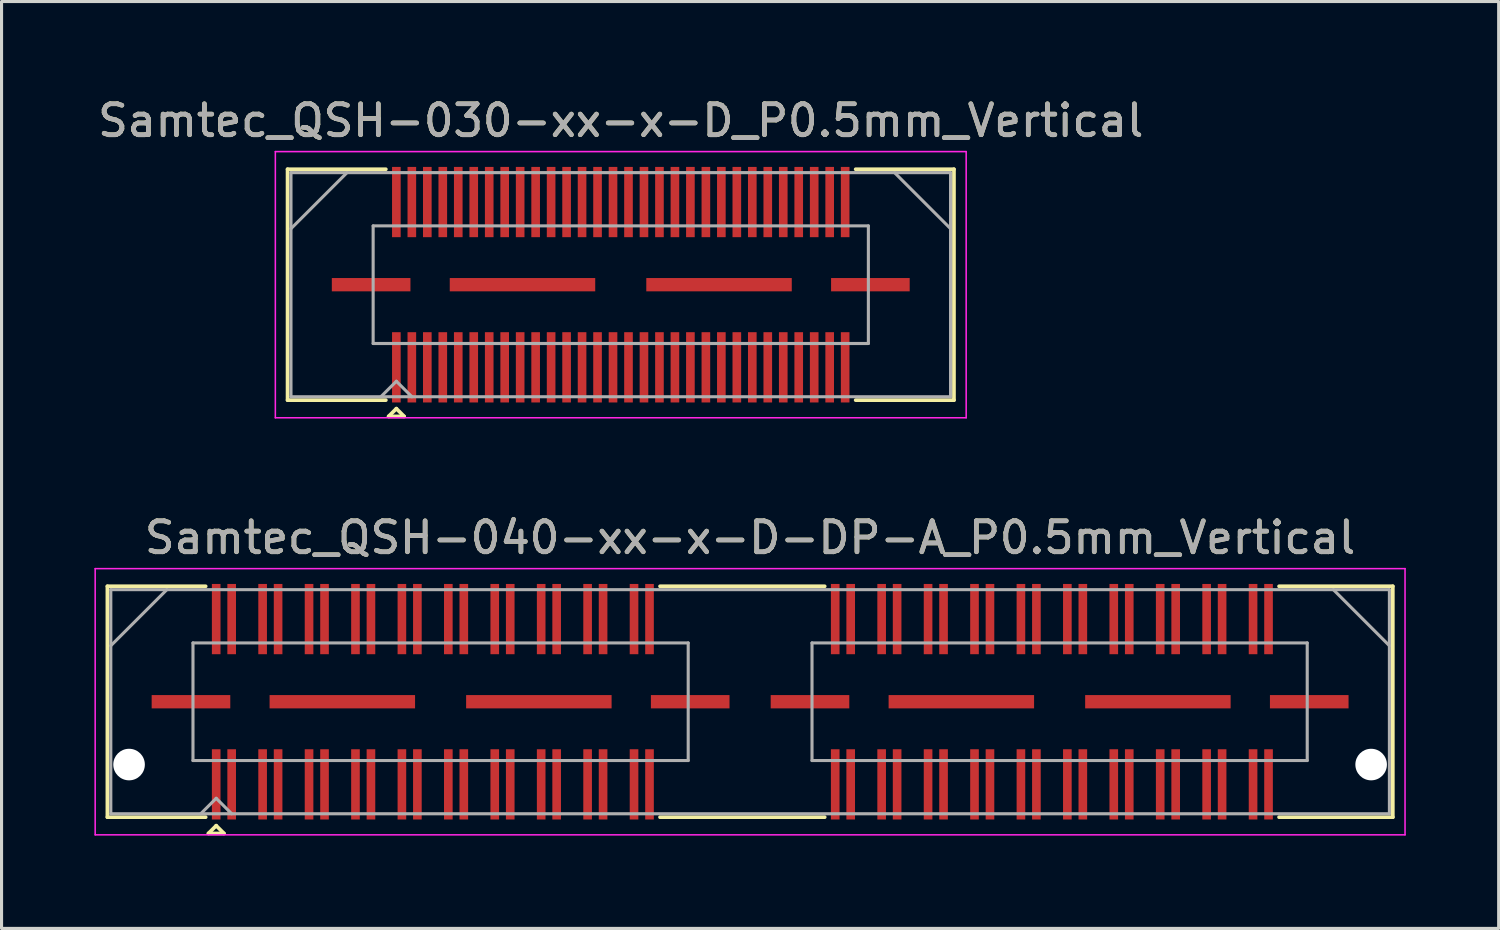
<source format=kicad_pcb>
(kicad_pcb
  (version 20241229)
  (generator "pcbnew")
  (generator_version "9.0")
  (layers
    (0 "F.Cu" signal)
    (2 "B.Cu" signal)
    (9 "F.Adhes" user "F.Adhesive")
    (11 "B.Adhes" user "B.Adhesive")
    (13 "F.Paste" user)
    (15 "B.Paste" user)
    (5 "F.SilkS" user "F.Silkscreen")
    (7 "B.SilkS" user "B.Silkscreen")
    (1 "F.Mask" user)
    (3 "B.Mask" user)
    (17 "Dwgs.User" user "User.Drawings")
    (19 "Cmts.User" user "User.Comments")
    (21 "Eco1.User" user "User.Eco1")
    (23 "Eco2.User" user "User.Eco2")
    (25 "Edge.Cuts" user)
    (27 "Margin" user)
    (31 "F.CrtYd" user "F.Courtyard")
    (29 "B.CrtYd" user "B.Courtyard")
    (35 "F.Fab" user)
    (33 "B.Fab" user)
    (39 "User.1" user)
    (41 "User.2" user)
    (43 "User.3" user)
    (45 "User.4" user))
  (footprint "Samtec_QSH-030-xx-x-D_P0.5mm_Vertical"
    (layer "F.Cu")
    (at 17.006 6.148)
    (property "Reference" "Samtec_QSH-030-xx-x-D_P0.5mm_Vertical" (at 0 -5.3 0) (layer "F.SilkS") (effects (font (size 1 1) (thickness 0.15))))
    (attr smd)
    (fp_line (start -10.765 -3.73) (end -7.59 -3.73) (stroke (width 0.12) (type solid)) (layer "F.SilkS"))
    (fp_line (start -10.765 3.73) (end -10.765 -3.73) (stroke (width 0.12) (type solid)) (layer "F.SilkS"))
    (fp_line (start -7.59 3.73) (end -10.765 3.73) (stroke (width 0.12) (type solid)) (layer "F.SilkS"))
    (fp_line (start -7.5 4.255) (end -7.25 4.005) (stroke (width 0.12) (type solid)) (layer "F.SilkS"))
    (fp_line (start -7.25 4.005) (end -7 4.255) (stroke (width 0.12) (type solid)) (layer "F.SilkS"))
    (fp_line (start -7 4.255) (end -7.5 4.255) (stroke (width 0.12) (type solid)) (layer "F.SilkS"))
    (fp_line (start 7.59 3.73) (end 10.765 3.73) (stroke (width 0.12) (type solid)) (layer "F.SilkS"))
    (fp_line (start 10.765 -3.73) (end 7.59 -3.73) (stroke (width 0.12) (type solid)) (layer "F.SilkS"))
    (fp_line (start 10.765 3.73) (end 10.765 -3.73) (stroke (width 0.12) (type solid)) (layer "F.SilkS"))
    (fp_line (start -11.16 -4.3) (end -11.16 4.3) (stroke (width 0.05) (type solid)) (layer "F.CrtYd"))
    (fp_line (start -11.16 4.3) (end 11.16 4.3) (stroke (width 0.05) (type solid)) (layer "F.CrtYd"))
    (fp_line (start 11.16 -4.3) (end -11.16 -4.3) (stroke (width 0.05) (type solid)) (layer "F.CrtYd"))
    (fp_line (start 11.16 4.3) (end 11.16 -4.3) (stroke (width 0.05) (type solid)) (layer "F.CrtYd"))
    (fp_line (start -10.655 -3.62) (end -10.655 3.62) (stroke (width 0.1) (type solid)) (layer "F.Fab"))
    (fp_line (start -10.655 -1.81) (end -8.845 -3.62) (stroke (width 0.1) (type solid)) (layer "F.Fab"))
    (fp_line (start -10.655 3.62) (end 10.655 3.62) (stroke (width 0.1) (type solid)) (layer "F.Fab"))
    (fp_line (start -8 -1.9) (end -8 1.9) (stroke (width 0.1) (type solid)) (layer "F.Fab"))
    (fp_line (start -8 1.9) (end 8 1.9) (stroke (width 0.1) (type solid)) (layer "F.Fab"))
    (fp_line (start -7.75 3.62) (end -7.25 3.12) (stroke (width 0.1) (type solid)) (layer "F.Fab"))
    (fp_line (start -7.25 3.12) (end -6.75 3.62) (stroke (width 0.1) (type solid)) (layer "F.Fab"))
    (fp_line (start 8 -1.9) (end -8 -1.9) (stroke (width 0.1) (type solid)) (layer "F.Fab"))
    (fp_line (start 8 1.9) (end 8 -1.9) (stroke (width 0.1) (type solid)) (layer "F.Fab"))
    (fp_line (start 10.655 -3.62) (end -10.655 -3.62) (stroke (width 0.1) (type solid)) (layer "F.Fab"))
    (fp_line (start 10.655 -1.81) (end 8.845 -3.62) (stroke (width 0.1) (type solid)) (layer "F.Fab"))
    (fp_line (start 10.655 3.62) (end 10.655 -3.62) (stroke (width 0.1) (type solid)) (layer "F.Fab"))
    (fp_text user "${REFERENCE}" (at 0 -5.3 0) (layer "F.Fab") (effects (font (size 1 1) (thickness 0.15))))
    (pad "1" smd rect (at -7.25 2.67) (size 0.279 2.27) (layers "F.Cu" "F.Mask" "F.Paste"))
    (pad "2" smd rect (at -7.25 -2.67) (size 0.279 2.27) (layers "F.Cu" "F.Mask" "F.Paste"))
    (pad "3" smd rect (at -6.75 2.67) (size 0.279 2.27) (layers "F.Cu" "F.Mask" "F.Paste"))
    (pad "4" smd rect (at -6.75 -2.67) (size 0.279 2.27) (layers "F.Cu" "F.Mask" "F.Paste"))
    (pad "5" smd rect (at -6.25 2.67) (size 0.279 2.27) (layers "F.Cu" "F.Mask" "F.Paste"))
    (pad "6" smd rect (at -6.25 -2.67) (size 0.279 2.27) (layers "F.Cu" "F.Mask" "F.Paste"))
    (pad "7" smd rect (at -5.75 2.67) (size 0.279 2.27) (layers "F.Cu" "F.Mask" "F.Paste"))
    (pad "8" smd rect (at -5.75 -2.67) (size 0.279 2.27) (layers "F.Cu" "F.Mask" "F.Paste"))
    (pad "9" smd rect (at -5.25 2.67) (size 0.279 2.27) (layers "F.Cu" "F.Mask" "F.Paste"))
    (pad "10" smd rect (at -5.25 -2.67) (size 0.279 2.27) (layers "F.Cu" "F.Mask" "F.Paste"))
    (pad "11" smd rect (at -4.75 2.67) (size 0.279 2.27) (layers "F.Cu" "F.Mask" "F.Paste"))
    (pad "12" smd rect (at -4.75 -2.67) (size 0.279 2.27) (layers "F.Cu" "F.Mask" "F.Paste"))
    (pad "13" smd rect (at -4.25 2.67) (size 0.279 2.27) (layers "F.Cu" "F.Mask" "F.Paste"))
    (pad "14" smd rect (at -4.25 -2.67) (size 0.279 2.27) (layers "F.Cu" "F.Mask" "F.Paste"))
    (pad "15" smd rect (at -3.75 2.67) (size 0.279 2.27) (layers "F.Cu" "F.Mask" "F.Paste"))
    (pad "16" smd rect (at -3.75 -2.67) (size 0.279 2.27) (layers "F.Cu" "F.Mask" "F.Paste"))
    (pad "17" smd rect (at -3.25 2.67) (size 0.279 2.27) (layers "F.Cu" "F.Mask" "F.Paste"))
    (pad "18" smd rect (at -3.25 -2.67) (size 0.279 2.27) (layers "F.Cu" "F.Mask" "F.Paste"))
    (pad "19" smd rect (at -2.75 2.67) (size 0.279 2.27) (layers "F.Cu" "F.Mask" "F.Paste"))
    (pad "20" smd rect (at -2.75 -2.67) (size 0.279 2.27) (layers "F.Cu" "F.Mask" "F.Paste"))
    (pad "21" smd rect (at -2.25 2.67) (size 0.279 2.27) (layers "F.Cu" "F.Mask" "F.Paste"))
    (pad "22" smd rect (at -2.25 -2.67) (size 0.279 2.27) (layers "F.Cu" "F.Mask" "F.Paste"))
    (pad "23" smd rect (at -1.75 2.67) (size 0.279 2.27) (layers "F.Cu" "F.Mask" "F.Paste"))
    (pad "24" smd rect (at -1.75 -2.67) (size 0.279 2.27) (layers "F.Cu" "F.Mask" "F.Paste"))
    (pad "25" smd rect (at -1.25 2.67) (size 0.279 2.27) (layers "F.Cu" "F.Mask" "F.Paste"))
    (pad "26" smd rect (at -1.25 -2.67) (size 0.279 2.27) (layers "F.Cu" "F.Mask" "F.Paste"))
    (pad "27" smd rect (at -0.75 2.67) (size 0.279 2.27) (layers "F.Cu" "F.Mask" "F.Paste"))
    (pad "28" smd rect (at -0.75 -2.67) (size 0.279 2.27) (layers "F.Cu" "F.Mask" "F.Paste"))
    (pad "29" smd rect (at -0.25 2.67) (size 0.279 2.27) (layers "F.Cu" "F.Mask" "F.Paste"))
    (pad "30" smd rect (at -0.25 -2.67) (size 0.279 2.27) (layers "F.Cu" "F.Mask" "F.Paste"))
    (pad "31" smd rect (at 0.25 2.67) (size 0.279 2.27) (layers "F.Cu" "F.Mask" "F.Paste"))
    (pad "32" smd rect (at 0.25 -2.67) (size 0.279 2.27) (layers "F.Cu" "F.Mask" "F.Paste"))
    (pad "33" smd rect (at 0.75 2.67) (size 0.279 2.27) (layers "F.Cu" "F.Mask" "F.Paste"))
    (pad "34" smd rect (at 0.75 -2.67) (size 0.279 2.27) (layers "F.Cu" "F.Mask" "F.Paste"))
    (pad "35" smd rect (at 1.25 2.67) (size 0.279 2.27) (layers "F.Cu" "F.Mask" "F.Paste"))
    (pad "36" smd rect (at 1.25 -2.67) (size 0.279 2.27) (layers "F.Cu" "F.Mask" "F.Paste"))
    (pad "37" smd rect (at 1.75 2.67) (size 0.279 2.27) (layers "F.Cu" "F.Mask" "F.Paste"))
    (pad "38" smd rect (at 1.75 -2.67) (size 0.279 2.27) (layers "F.Cu" "F.Mask" "F.Paste"))
    (pad "39" smd rect (at 2.25 2.67) (size 0.279 2.27) (layers "F.Cu" "F.Mask" "F.Paste"))
    (pad "40" smd rect (at 2.25 -2.67) (size 0.279 2.27) (layers "F.Cu" "F.Mask" "F.Paste"))
    (pad "41" smd rect (at 2.75 2.67) (size 0.279 2.27) (layers "F.Cu" "F.Mask" "F.Paste"))
    (pad "42" smd rect (at 2.75 -2.67) (size 0.279 2.27) (layers "F.Cu" "F.Mask" "F.Paste"))
    (pad "43" smd rect (at 3.25 2.67) (size 0.279 2.27) (layers "F.Cu" "F.Mask" "F.Paste"))
    (pad "44" smd rect (at 3.25 -2.67) (size 0.279 2.27) (layers "F.Cu" "F.Mask" "F.Paste"))
    (pad "45" smd rect (at 3.75 2.67) (size 0.279 2.27) (layers "F.Cu" "F.Mask" "F.Paste"))
    (pad "46" smd rect (at 3.75 -2.67) (size 0.279 2.27) (layers "F.Cu" "F.Mask" "F.Paste"))
    (pad "47" smd rect (at 4.25 2.67) (size 0.279 2.27) (layers "F.Cu" "F.Mask" "F.Paste"))
    (pad "48" smd rect (at 4.25 -2.67) (size 0.279 2.27) (layers "F.Cu" "F.Mask" "F.Paste"))
    (pad "49" smd rect (at 4.75 2.67) (size 0.279 2.27) (layers "F.Cu" "F.Mask" "F.Paste"))
    (pad "50" smd rect (at 4.75 -2.67) (size 0.279 2.27) (layers "F.Cu" "F.Mask" "F.Paste"))
    (pad "51" smd rect (at 5.25 2.67) (size 0.279 2.27) (layers "F.Cu" "F.Mask" "F.Paste"))
    (pad "52" smd rect (at 5.25 -2.67) (size 0.279 2.27) (layers "F.Cu" "F.Mask" "F.Paste"))
    (pad "53" smd rect (at 5.75 2.67) (size 0.279 2.27) (layers "F.Cu" "F.Mask" "F.Paste"))
    (pad "54" smd rect (at 5.75 -2.67) (size 0.279 2.27) (layers "F.Cu" "F.Mask" "F.Paste"))
    (pad "55" smd rect (at 6.25 2.67) (size 0.279 2.27) (layers "F.Cu" "F.Mask" "F.Paste"))
    (pad "56" smd rect (at 6.25 -2.67) (size 0.279 2.27) (layers "F.Cu" "F.Mask" "F.Paste"))
    (pad "57" smd rect (at 6.75 2.67) (size 0.279 2.27) (layers "F.Cu" "F.Mask" "F.Paste"))
    (pad "58" smd rect (at 6.75 -2.67) (size 0.279 2.27) (layers "F.Cu" "F.Mask" "F.Paste"))
    (pad "59" smd rect (at 7.25 2.67) (size 0.279 2.27) (layers "F.Cu" "F.Mask" "F.Paste"))
    (pad "60" smd rect (at 7.25 -2.67) (size 0.279 2.27) (layers "F.Cu" "F.Mask" "F.Paste"))
    (pad "P1" smd rect (at -8.065 0) (size 2.54 0.43) (layers "F.Cu" "F.Mask" "F.Paste"))
    (pad "P1" smd rect (at -3.175 0) (size 4.7 0.43) (layers "F.Cu" "F.Mask" "F.Paste"))
    (pad "P1" smd rect (at 3.175 0) (size 4.7 0.43) (layers "F.Cu" "F.Mask" "F.Paste"))
    (pad "P1" smd rect (at 8.065 0) (size 2.54 0.43) (layers "F.Cu" "F.Mask" "F.Paste")))
  (footprint "Samtec_QSH-040-xx-x-D-DP-A_P0.5mm_Vertical"
    (layer "F.Cu")
    (at 21.185 19.622)
    (property "Reference" "Samtec_QSH-040-xx-x-D-DP-A_P0.5mm_Vertical" (at 0 -5.3 0) (layer "F.SilkS") (effects (font (size 1 1) (thickness 0.15))))
    (attr smd)
    (fp_line (start -20.765 -3.73) (end -17.59 -3.73) (stroke (width 0.12) (type solid)) (layer "F.SilkS"))
    (fp_line (start -20.765 3.73) (end -20.765 -3.73) (stroke (width 0.12) (type solid)) (layer "F.SilkS"))
    (fp_line (start -17.59 3.73) (end -20.765 3.73) (stroke (width 0.12) (type solid)) (layer "F.SilkS"))
    (fp_line (start -17.5 4.255) (end -17.25 4.005) (stroke (width 0.12) (type solid)) (layer "F.SilkS"))
    (fp_line (start -17.25 4.005) (end -17 4.255) (stroke (width 0.12) (type solid)) (layer "F.SilkS"))
    (fp_line (start -17 4.255) (end -17.5 4.255) (stroke (width 0.12) (type solid)) (layer "F.SilkS"))
    (fp_line (start -2.91 -3.73) (end 2.41 -3.73) (stroke (width 0.12) (type solid)) (layer "F.SilkS"))
    (fp_line (start -2.91 3.73) (end 2.41 3.73) (stroke (width 0.12) (type solid)) (layer "F.SilkS"))
    (fp_line (start 17.09 3.73) (end 20.765 3.73) (stroke (width 0.12) (type solid)) (layer "F.SilkS"))
    (fp_line (start 20.765 -3.73) (end 17.09 -3.73) (stroke (width 0.12) (type solid)) (layer "F.SilkS"))
    (fp_line (start 20.765 3.73) (end 20.765 -3.73) (stroke (width 0.12) (type solid)) (layer "F.SilkS"))
    (fp_line (start -21.16 -4.3) (end -21.16 4.3) (stroke (width 0.05) (type solid)) (layer "F.CrtYd"))
    (fp_line (start -21.16 4.3) (end 21.16 4.3) (stroke (width 0.05) (type solid)) (layer "F.CrtYd"))
    (fp_line (start 21.16 -4.3) (end -21.16 -4.3) (stroke (width 0.05) (type solid)) (layer "F.CrtYd"))
    (fp_line (start 21.16 4.3) (end 21.16 -4.3) (stroke (width 0.05) (type solid)) (layer "F.CrtYd"))
    (fp_line (start -20.655 -3.62) (end -20.655 3.62) (stroke (width 0.1) (type solid)) (layer "F.Fab"))
    (fp_line (start -20.655 -1.81) (end -18.845 -3.62) (stroke (width 0.1) (type solid)) (layer "F.Fab"))
    (fp_line (start -20.655 3.62) (end 20.655 3.62) (stroke (width 0.1) (type solid)) (layer "F.Fab"))
    (fp_line (start -18 -1.9) (end -18 1.9) (stroke (width 0.1) (type solid)) (layer "F.Fab"))
    (fp_line (start -18 1.9) (end -2 1.9) (stroke (width 0.1) (type solid)) (layer "F.Fab"))
    (fp_line (start -17.75 3.62) (end -17.25 3.12) (stroke (width 0.1) (type solid)) (layer "F.Fab"))
    (fp_line (start -17.25 3.12) (end -16.75 3.62) (stroke (width 0.1) (type solid)) (layer "F.Fab"))
    (fp_line (start -2 -1.9) (end -18 -1.9) (stroke (width 0.1) (type solid)) (layer "F.Fab"))
    (fp_line (start -2 1.9) (end -2 -1.9) (stroke (width 0.1) (type solid)) (layer "F.Fab"))
    (fp_line (start 2 -1.9) (end 2 1.9) (stroke (width 0.1) (type solid)) (layer "F.Fab"))
    (fp_line (start 2 1.9) (end 18 1.9) (stroke (width 0.1) (type solid)) (layer "F.Fab"))
    (fp_line (start 18 -1.9) (end 2 -1.9) (stroke (width 0.1) (type solid)) (layer "F.Fab"))
    (fp_line (start 18 1.9) (end 18 -1.9) (stroke (width 0.1) (type solid)) (layer "F.Fab"))
    (fp_line (start 20.655 -3.62) (end -20.655 -3.62) (stroke (width 0.1) (type solid)) (layer "F.Fab"))
    (fp_line (start 20.655 -1.81) (end 18.845 -3.62) (stroke (width 0.1) (type solid)) (layer "F.Fab"))
    (fp_line (start 20.655 3.62) (end 20.655 -3.62) (stroke (width 0.1) (type solid)) (layer "F.Fab"))
    (fp_text user "${REFERENCE}" (at 0 -5.3 0) (layer "F.Fab") (effects (font (size 1 1) (thickness 0.15))))
    (pad "" np_thru_hole circle (at -20.065 2.03) (size 1.02 1.02) (drill 1.02) (layers "*.Cu" "*.Mask"))
    (pad "" np_thru_hole circle (at 20.065 2.03) (size 1.02 1.02) (drill 1.02) (layers "*.Cu" "*.Mask"))
    (pad "1" smd rect (at -17.25 2.67) (size 0.279 2.27) (layers "F.Cu" "F.Mask" "F.Paste"))
    (pad "2" smd rect (at -17.25 -2.67) (size 0.279 2.27) (layers "F.Cu" "F.Mask" "F.Paste"))
    (pad "3" smd rect (at -16.75 2.67) (size 0.279 2.27) (layers "F.Cu" "F.Mask" "F.Paste"))
    (pad "4" smd rect (at -16.75 -2.67) (size 0.279 2.27) (layers "F.Cu" "F.Mask" "F.Paste"))
    (pad "5" smd rect (at -15.75 2.67) (size 0.279 2.27) (layers "F.Cu" "F.Mask" "F.Paste"))
    (pad "6" smd rect (at -15.75 -2.67) (size 0.279 2.27) (layers "F.Cu" "F.Mask" "F.Paste"))
    (pad "7" smd rect (at -15.25 2.67) (size 0.279 2.27) (layers "F.Cu" "F.Mask" "F.Paste"))
    (pad "8" smd rect (at -15.25 -2.67) (size 0.279 2.27) (layers "F.Cu" "F.Mask" "F.Paste"))
    (pad "9" smd rect (at -14.25 2.67) (size 0.279 2.27) (layers "F.Cu" "F.Mask" "F.Paste"))
    (pad "10" smd rect (at -14.25 -2.67) (size 0.279 2.27) (layers "F.Cu" "F.Mask" "F.Paste"))
    (pad "11" smd rect (at -13.75 2.67) (size 0.279 2.27) (layers "F.Cu" "F.Mask" "F.Paste"))
    (pad "12" smd rect (at -13.75 -2.67) (size 0.279 2.27) (layers "F.Cu" "F.Mask" "F.Paste"))
    (pad "13" smd rect (at -12.75 2.67) (size 0.279 2.27) (layers "F.Cu" "F.Mask" "F.Paste"))
    (pad "14" smd rect (at -12.75 -2.67) (size 0.279 2.27) (layers "F.Cu" "F.Mask" "F.Paste"))
    (pad "15" smd rect (at -12.25 2.67) (size 0.279 2.27) (layers "F.Cu" "F.Mask" "F.Paste"))
    (pad "16" smd rect (at -12.25 -2.67) (size 0.279 2.27) (layers "F.Cu" "F.Mask" "F.Paste"))
    (pad "17" smd rect (at -11.25 2.67) (size 0.279 2.27) (layers "F.Cu" "F.Mask" "F.Paste"))
    (pad "18" smd rect (at -11.25 -2.67) (size 0.279 2.27) (layers "F.Cu" "F.Mask" "F.Paste"))
    (pad "19" smd rect (at -10.75 2.67) (size 0.279 2.27) (layers "F.Cu" "F.Mask" "F.Paste"))
    (pad "20" smd rect (at -10.75 -2.67) (size 0.279 2.27) (layers "F.Cu" "F.Mask" "F.Paste"))
    (pad "21" smd rect (at -9.75 2.67) (size 0.279 2.27) (layers "F.Cu" "F.Mask" "F.Paste"))
    (pad "22" smd rect (at -9.75 -2.67) (size 0.279 2.27) (layers "F.Cu" "F.Mask" "F.Paste"))
    (pad "23" smd rect (at -9.25 2.67) (size 0.279 2.27) (layers "F.Cu" "F.Mask" "F.Paste"))
    (pad "24" smd rect (at -9.25 -2.67) (size 0.279 2.27) (layers "F.Cu" "F.Mask" "F.Paste"))
    (pad "25" smd rect (at -8.25 2.67) (size 0.279 2.27) (layers "F.Cu" "F.Mask" "F.Paste"))
    (pad "26" smd rect (at -8.25 -2.67) (size 0.279 2.27) (layers "F.Cu" "F.Mask" "F.Paste"))
    (pad "27" smd rect (at -7.75 2.67) (size 0.279 2.27) (layers "F.Cu" "F.Mask" "F.Paste"))
    (pad "28" smd rect (at -7.75 -2.67) (size 0.279 2.27) (layers "F.Cu" "F.Mask" "F.Paste"))
    (pad "29" smd rect (at -6.75 2.67) (size 0.279 2.27) (layers "F.Cu" "F.Mask" "F.Paste"))
    (pad "30" smd rect (at -6.75 -2.67) (size 0.279 2.27) (layers "F.Cu" "F.Mask" "F.Paste"))
    (pad "31" smd rect (at -6.25 2.67) (size 0.279 2.27) (layers "F.Cu" "F.Mask" "F.Paste"))
    (pad "32" smd rect (at -6.25 -2.67) (size 0.279 2.27) (layers "F.Cu" "F.Mask" "F.Paste"))
    (pad "33" smd rect (at -5.25 2.67) (size 0.279 2.27) (layers "F.Cu" "F.Mask" "F.Paste"))
    (pad "34" smd rect (at -5.25 -2.67) (size 0.279 2.27) (layers "F.Cu" "F.Mask" "F.Paste"))
    (pad "35" smd rect (at -4.75 2.67) (size 0.279 2.27) (layers "F.Cu" "F.Mask" "F.Paste"))
    (pad "36" smd rect (at -4.75 -2.67) (size 0.279 2.27) (layers "F.Cu" "F.Mask" "F.Paste"))
    (pad "37" smd rect (at -3.75 2.67) (size 0.279 2.27) (layers "F.Cu" "F.Mask" "F.Paste"))
    (pad "38" smd rect (at -3.75 -2.67) (size 0.279 2.27) (layers "F.Cu" "F.Mask" "F.Paste"))
    (pad "39" smd rect (at -3.25 2.67) (size 0.279 2.27) (layers "F.Cu" "F.Mask" "F.Paste"))
    (pad "40" smd rect (at -3.25 -2.67) (size 0.279 2.27) (layers "F.Cu" "F.Mask" "F.Paste"))
    (pad "41" smd rect (at 2.75 2.67) (size 0.279 2.27) (layers "F.Cu" "F.Mask" "F.Paste"))
    (pad "42" smd rect (at 2.75 -2.67) (size 0.279 2.27) (layers "F.Cu" "F.Mask" "F.Paste"))
    (pad "43" smd rect (at 3.25 2.67) (size 0.279 2.27) (layers "F.Cu" "F.Mask" "F.Paste"))
    (pad "44" smd rect (at 3.25 -2.67) (size 0.279 2.27) (layers "F.Cu" "F.Mask" "F.Paste"))
    (pad "45" smd rect (at 4.25 2.67) (size 0.279 2.27) (layers "F.Cu" "F.Mask" "F.Paste"))
    (pad "46" smd rect (at 4.25 -2.67) (size 0.279 2.27) (layers "F.Cu" "F.Mask" "F.Paste"))
    (pad "47" smd rect (at 4.75 2.67) (size 0.279 2.27) (layers "F.Cu" "F.Mask" "F.Paste"))
    (pad "48" smd rect (at 4.75 -2.67) (size 0.279 2.27) (layers "F.Cu" "F.Mask" "F.Paste"))
    (pad "49" smd rect (at 5.75 2.67) (size 0.279 2.27) (layers "F.Cu" "F.Mask" "F.Paste"))
    (pad "50" smd rect (at 5.75 -2.67) (size 0.279 2.27) (layers "F.Cu" "F.Mask" "F.Paste"))
    (pad "51" smd rect (at 6.25 2.67) (size 0.279 2.27) (layers "F.Cu" "F.Mask" "F.Paste"))
    (pad "52" smd rect (at 6.25 -2.67) (size 0.279 2.27) (layers "F.Cu" "F.Mask" "F.Paste"))
    (pad "53" smd rect (at 7.25 2.67) (size 0.279 2.27) (layers "F.Cu" "F.Mask" "F.Paste"))
    (pad "54" smd rect (at 7.25 -2.67) (size 0.279 2.27) (layers "F.Cu" "F.Mask" "F.Paste"))
    (pad "55" smd rect (at 7.75 2.67) (size 0.279 2.27) (layers "F.Cu" "F.Mask" "F.Paste"))
    (pad "56" smd rect (at 7.75 -2.67) (size 0.279 2.27) (layers "F.Cu" "F.Mask" "F.Paste"))
    (pad "57" smd rect (at 8.75 2.67) (size 0.279 2.27) (layers "F.Cu" "F.Mask" "F.Paste"))
    (pad "58" smd rect (at 8.75 -2.67) (size 0.279 2.27) (layers "F.Cu" "F.Mask" "F.Paste"))
    (pad "59" smd rect (at 9.25 2.67) (size 0.279 2.27) (layers "F.Cu" "F.Mask" "F.Paste"))
    (pad "60" smd rect (at 9.25 -2.67) (size 0.279 2.27) (layers "F.Cu" "F.Mask" "F.Paste"))
    (pad "61" smd rect (at 10.25 2.67) (size 0.279 2.27) (layers "F.Cu" "F.Mask" "F.Paste"))
    (pad "62" smd rect (at 10.25 -2.67) (size 0.279 2.27) (layers "F.Cu" "F.Mask" "F.Paste"))
    (pad "63" smd rect (at 10.75 2.67) (size 0.279 2.27) (layers "F.Cu" "F.Mask" "F.Paste"))
    (pad "64" smd rect (at 10.75 -2.67) (size 0.279 2.27) (layers "F.Cu" "F.Mask" "F.Paste"))
    (pad "65" smd rect (at 11.75 2.67) (size 0.279 2.27) (layers "F.Cu" "F.Mask" "F.Paste"))
    (pad "66" smd rect (at 11.75 -2.67) (size 0.279 2.27) (layers "F.Cu" "F.Mask" "F.Paste"))
    (pad "67" smd rect (at 12.25 2.67) (size 0.279 2.27) (layers "F.Cu" "F.Mask" "F.Paste"))
    (pad "68" smd rect (at 12.25 -2.67) (size 0.279 2.27) (layers "F.Cu" "F.Mask" "F.Paste"))
    (pad "69" smd rect (at 13.25 2.67) (size 0.279 2.27) (layers "F.Cu" "F.Mask" "F.Paste"))
    (pad "70" smd rect (at 13.25 -2.67) (size 0.279 2.27) (layers "F.Cu" "F.Mask" "F.Paste"))
    (pad "71" smd rect (at 13.75 2.67) (size 0.279 2.27) (layers "F.Cu" "F.Mask" "F.Paste"))
    (pad "72" smd rect (at 13.75 -2.67) (size 0.279 2.27) (layers "F.Cu" "F.Mask" "F.Paste"))
    (pad "73" smd rect (at 14.75 2.67) (size 0.279 2.27) (layers "F.Cu" "F.Mask" "F.Paste"))
    (pad "74" smd rect (at 14.75 -2.67) (size 0.279 2.27) (layers "F.Cu" "F.Mask" "F.Paste"))
    (pad "75" smd rect (at 15.25 2.67) (size 0.279 2.27) (layers "F.Cu" "F.Mask" "F.Paste"))
    (pad "76" smd rect (at 15.25 -2.67) (size 0.279 2.27) (layers "F.Cu" "F.Mask" "F.Paste"))
    (pad "77" smd rect (at 16.25 2.67) (size 0.279 2.27) (layers "F.Cu" "F.Mask" "F.Paste"))
    (pad "78" smd rect (at 16.25 -2.67) (size 0.279 2.27) (layers "F.Cu" "F.Mask" "F.Paste"))
    (pad "79" smd rect (at 16.75 2.67) (size 0.279 2.27) (layers "F.Cu" "F.Mask" "F.Paste"))
    (pad "80" smd rect (at 16.75 -2.67) (size 0.279 2.27) (layers "F.Cu" "F.Mask" "F.Paste"))
    (pad "81" smd rect (at -18.065 0) (size 2.54 0.43) (layers "F.Cu" "F.Mask" "F.Paste"))
    (pad "82" smd rect (at -13.175 0) (size 4.7 0.43) (layers "F.Cu" "F.Mask" "F.Paste"))
    (pad "83" smd rect (at -6.825 0) (size 4.7 0.43) (layers "F.Cu" "F.Mask" "F.Paste"))
    (pad "84" smd rect (at -1.935 0) (size 2.54 0.43) (layers "F.Cu" "F.Mask" "F.Paste"))
    (pad "85" smd rect (at 1.935 0) (size 2.54 0.43) (layers "F.Cu" "F.Mask" "F.Paste"))
    (pad "86" smd rect (at 6.825 0) (size 4.7 0.43) (layers "F.Cu" "F.Mask" "F.Paste"))
    (pad "87" smd rect (at 13.175 0) (size 4.7 0.43) (layers "F.Cu" "F.Mask" "F.Paste"))
    (pad "88" smd rect (at 18.065 0) (size 2.54 0.43) (layers "F.Cu" "F.Mask" "F.Paste")))
  (gr_rect
    (start -3 -3)
    (end 45.37 26.947)
    (stroke (width 0.1) (type default))
    (fill no)
    (layer "Edge.Cuts")))
</source>
